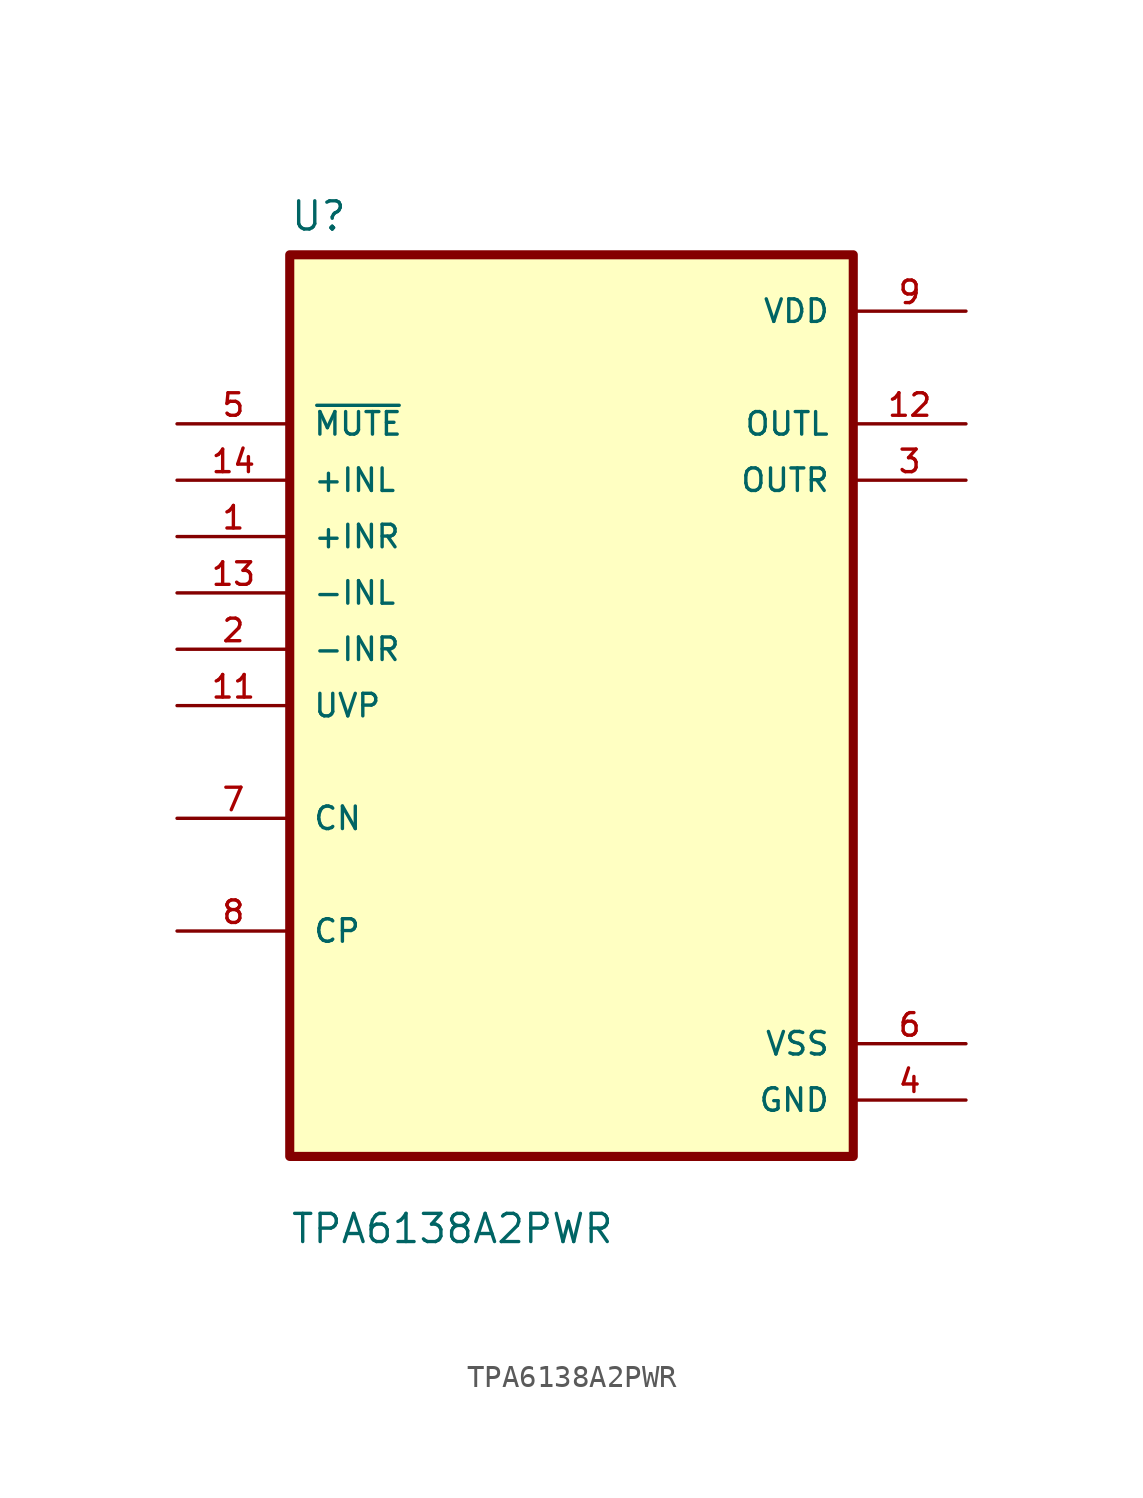
<source format=kicad_sym>
(kicad_symbol_lib
  (version 20211014)
  (generator kicad_symbol_editor)
  (symbol "TPA6138A2PWR"
    (pin_names
      (offset 1.016))
    (property "Reference" "U"
      (at -12.7 21.32 0.0)
      (effects (font (size 1.27 1.27)) (justify bottom left)))
    (property "Value" "TPA6138A2PWR"
      (at -12.7 -24.32 0.0)
      (effects (font (size 1.27 1.27)) (justify bottom left)))
    (symbol "TPA6138A2PWR_0_0"
      (rectangle (start -12.7 -20.32) (end 12.7 20.32) (stroke (width 0.41)) (fill (type background)))
      (pin input line (at -17.78 12.7 0) (length 5.08) (name "~{MUTE}" (effects (font (size 1.016 1.016)))) (number "5" (effects (font (size 1.016 1.016)))))
      (pin input line (at -17.78 10.16 0) (length 5.08) (name "+INL" (effects (font (size 1.016 1.016)))) (number "14" (effects (font (size 1.016 1.016)))))
      (pin input line (at -17.78 7.62 0) (length 5.08) (name "+INR" (effects (font (size 1.016 1.016)))) (number "1" (effects (font (size 1.016 1.016)))))
      (pin input line (at -17.78 5.08 0) (length 5.08) (name "-INL" (effects (font (size 1.016 1.016)))) (number "13" (effects (font (size 1.016 1.016)))))
      (pin input line (at -17.78 2.54 0) (length 5.08) (name "-INR" (effects (font (size 1.016 1.016)))) (number "2" (effects (font (size 1.016 1.016)))))
      (pin input line (at -17.78 0.0 0) (length 5.08) (name "UVP" (effects (font (size 1.016 1.016)))) (number "11" (effects (font (size 1.016 1.016)))))
      (pin bidirectional line (at -17.78 -5.08 0) (length 5.08) (name "CN" (effects (font (size 1.016 1.016)))) (number "7" (effects (font (size 1.016 1.016)))))
      (pin bidirectional line (at -17.78 -10.16 0) (length 5.08) (name "CP" (effects (font (size 1.016 1.016)))) (number "8" (effects (font (size 1.016 1.016)))))
      (pin power_in line (at 17.78 17.78 180.0) (length 5.08) (name "VDD" (effects (font (size 1.016 1.016)))) (number "9" (effects (font (size 1.016 1.016)))))
      (pin output line (at 17.78 12.7 180.0) (length 5.08) (name "OUTL" (effects (font (size 1.016 1.016)))) (number "12" (effects (font (size 1.016 1.016)))))
      (pin output line (at 17.78 10.16 180.0) (length 5.08) (name "OUTR" (effects (font (size 1.016 1.016)))) (number "3" (effects (font (size 1.016 1.016)))))
      (pin power_in line (at 17.78 -15.24 180.0) (length 5.08) (name "VSS" (effects (font (size 1.016 1.016)))) (number "6" (effects (font (size 1.016 1.016)))))
      (pin power_in line (at 17.78 -17.78 180.0) (length 5.08) (name "GND" (effects (font (size 1.016 1.016)))) (number "4" (effects (font (size 1.016 1.016)))))
      (pin power_in line (at 17.78 -17.78 180.0) (length 5.08) hide (name "GND" (effects (font (size 1.016 1.016)))) (number "10" (effects (font (size 1.016 1.016))))))))
</source>
